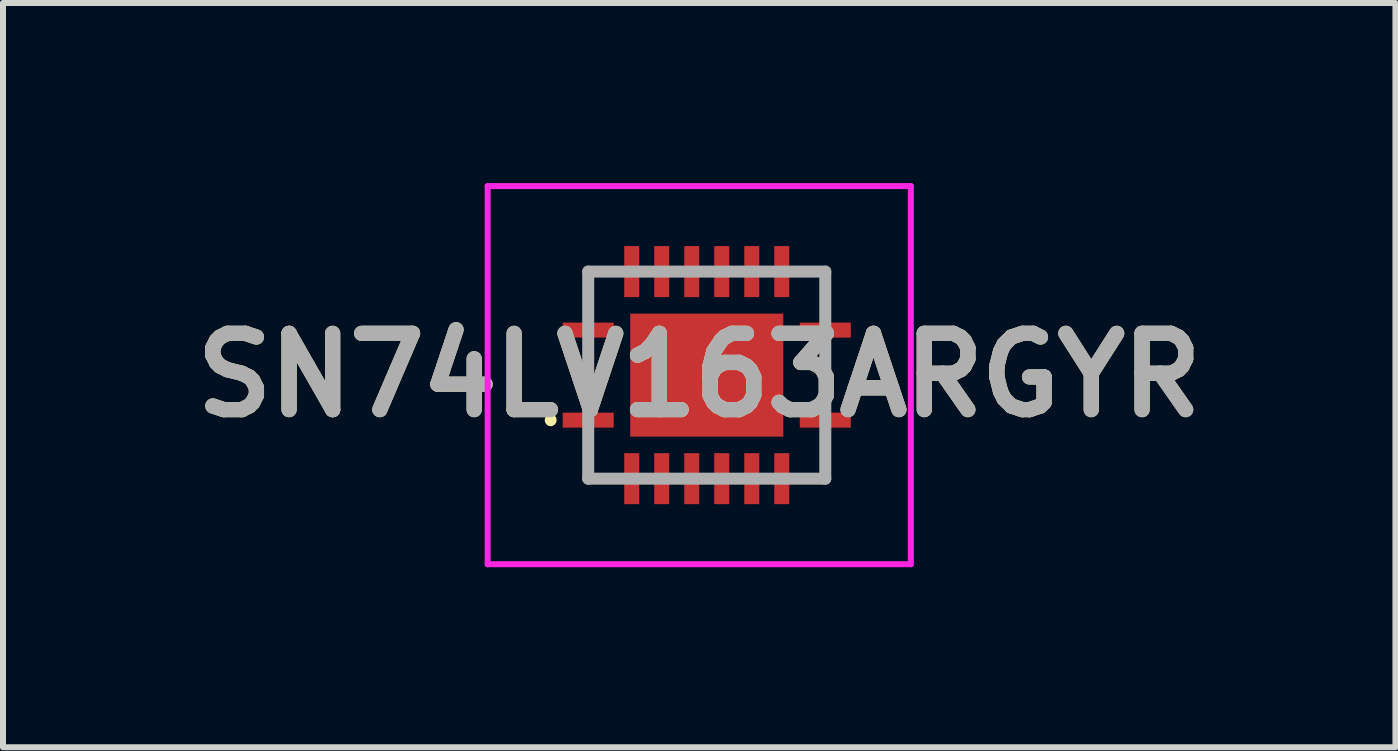
<source format=kicad_pcb>
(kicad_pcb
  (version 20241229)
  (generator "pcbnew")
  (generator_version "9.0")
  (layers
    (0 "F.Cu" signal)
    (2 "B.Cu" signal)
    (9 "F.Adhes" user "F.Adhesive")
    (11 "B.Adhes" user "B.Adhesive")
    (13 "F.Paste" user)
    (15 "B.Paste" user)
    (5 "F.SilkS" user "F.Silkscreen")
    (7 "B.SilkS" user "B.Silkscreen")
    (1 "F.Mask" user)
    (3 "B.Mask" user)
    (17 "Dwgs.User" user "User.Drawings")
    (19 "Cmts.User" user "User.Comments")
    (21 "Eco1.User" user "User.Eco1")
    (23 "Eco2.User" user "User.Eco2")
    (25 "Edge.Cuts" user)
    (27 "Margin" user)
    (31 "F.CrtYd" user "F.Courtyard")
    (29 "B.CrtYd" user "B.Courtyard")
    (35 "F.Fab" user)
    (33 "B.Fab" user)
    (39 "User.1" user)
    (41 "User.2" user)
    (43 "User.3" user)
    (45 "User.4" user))
  (footprint "SN74LV163ARGYR"
    (layer "F.Cu")
    (at 8.725 3.2)
    (property "Reference" "SN74LV163ARGYR" (at -0.125 0 0) (layer "F.SilkS") (effects (font (size 1.27 1.27) (thickness 0.254))))
    (attr smd)
    (fp_line (start -2.6 0.7) (end -2.6 0.7) (stroke (width 0.1) (type solid)) (layer "F.SilkS"))
    (fp_line (start -2.6 0.8) (end -2.6 0.8) (stroke (width 0.1) (type solid)) (layer "F.SilkS"))
    (fp_line (start -1.975 -1.725) (end -1.975 -1.15) (stroke (width 0.1) (type solid)) (layer "F.SilkS"))
    (fp_line (start -1.975 1.725) (end -1.975 1.15) (stroke (width 0.1) (type solid)) (layer "F.SilkS"))
    (fp_line (start -1.5 -1.725) (end -1.975 -1.725) (stroke (width 0.1) (type solid)) (layer "F.SilkS"))
    (fp_line (start -1.5 1.725) (end -1.975 1.725) (stroke (width 0.1) (type solid)) (layer "F.SilkS"))
    (fp_line (start 1.5 -1.725) (end 1.975 -1.725) (stroke (width 0.1) (type solid)) (layer "F.SilkS"))
    (fp_line (start 1.5 1.725) (end 1.975 1.725) (stroke (width 0.1) (type solid)) (layer "F.SilkS"))
    (fp_line (start 1.975 -1.725) (end 1.975 -1.15) (stroke (width 0.1) (type solid)) (layer "F.SilkS"))
    (fp_line (start 1.975 1.725) (end 1.975 1.15) (stroke (width 0.1) (type solid)) (layer "F.SilkS"))
    (fp_arc (start -2.6 0.7) (mid -2.55 0.75) (end -2.6 0.8) (stroke (width 0.1) (type solid)) (layer "F.SilkS"))
    (fp_arc (start -2.6 0.8) (mid -2.65 0.75) (end -2.6 0.7) (stroke (width 0.1) (type solid)) (layer "F.SilkS"))
    (fp_line (start -3.65 -3.15) (end 3.4 -3.15) (stroke (width 0.1) (type solid)) (layer "F.CrtYd"))
    (fp_line (start -3.65 3.15) (end -3.65 -3.15) (stroke (width 0.1) (type solid)) (layer "F.CrtYd"))
    (fp_line (start 3.4 -3.15) (end 3.4 3.15) (stroke (width 0.1) (type solid)) (layer "F.CrtYd"))
    (fp_line (start 3.4 3.15) (end -3.65 3.15) (stroke (width 0.1) (type solid)) (layer "F.CrtYd"))
    (fp_line (start -1.975 -1.725) (end 1.975 -1.725) (stroke (width 0.2) (type solid)) (layer "F.Fab"))
    (fp_line (start -1.975 1.725) (end -1.975 -1.725) (stroke (width 0.2) (type solid)) (layer "F.Fab"))
    (fp_line (start 1.975 -1.725) (end 1.975 1.725) (stroke (width 0.2) (type solid)) (layer "F.Fab"))
    (fp_line (start 1.975 1.725) (end -1.975 1.725) (stroke (width 0.2) (type solid)) (layer "F.Fab"))
    (fp_text user "${REFERENCE}" (at -0.125 0 0) (layer "F.Fab") (effects (font (size 1.27 1.27) (thickness 0.254))))
    (pad "1" smd rect (at -1.975 0.75 90) (size 0.25 0.85) (layers "F.Cu" "F.Mask" "F.Paste"))
    (pad "2" smd rect (at -1.25 1.725) (size 0.25 0.85) (layers "F.Cu" "F.Mask" "F.Paste"))
    (pad "3" smd rect (at -0.75 1.725) (size 0.25 0.85) (layers "F.Cu" "F.Mask" "F.Paste"))
    (pad "4" smd rect (at -0.25 1.725) (size 0.25 0.85) (layers "F.Cu" "F.Mask" "F.Paste"))
    (pad "5" smd rect (at 0.25 1.725) (size 0.25 0.85) (layers "F.Cu" "F.Mask" "F.Paste"))
    (pad "6" smd rect (at 0.75 1.725) (size 0.25 0.85) (layers "F.Cu" "F.Mask" "F.Paste"))
    (pad "7" smd rect (at 1.25 1.725) (size 0.25 0.85) (layers "F.Cu" "F.Mask" "F.Paste"))
    (pad "8" smd rect (at 1.975 0.75 90) (size 0.25 0.85) (layers "F.Cu" "F.Mask" "F.Paste"))
    (pad "9" smd rect (at 1.975 -0.75 90) (size 0.25 0.85) (layers "F.Cu" "F.Mask" "F.Paste"))
    (pad "10" smd rect (at 1.25 -1.725) (size 0.25 0.85) (layers "F.Cu" "F.Mask" "F.Paste"))
    (pad "11" smd rect (at 0.75 -1.725) (size 0.25 0.85) (layers "F.Cu" "F.Mask" "F.Paste"))
    (pad "12" smd rect (at 0.25 -1.725) (size 0.25 0.85) (layers "F.Cu" "F.Mask" "F.Paste"))
    (pad "13" smd rect (at -0.25 -1.725) (size 0.25 0.85) (layers "F.Cu" "F.Mask" "F.Paste"))
    (pad "14" smd rect (at -0.75 -1.725) (size 0.25 0.85) (layers "F.Cu" "F.Mask" "F.Paste"))
    (pad "15" smd rect (at -1.25 -1.725) (size 0.25 0.85) (layers "F.Cu" "F.Mask" "F.Paste"))
    (pad "16" smd rect (at -1.975 -0.75 90) (size 0.25 0.85) (layers "F.Cu" "F.Mask" "F.Paste"))
    (pad "17" smd rect (at 0 0 90) (size 2.05 2.55) (layers "F.Cu" "F.Mask" "F.Paste")))
  (gr_rect
    (start -3 -3)
    (end 20.199 9.4)
    (stroke (width 0.1) (type default))
    (fill no)
    (layer "Edge.Cuts")))
</source>
